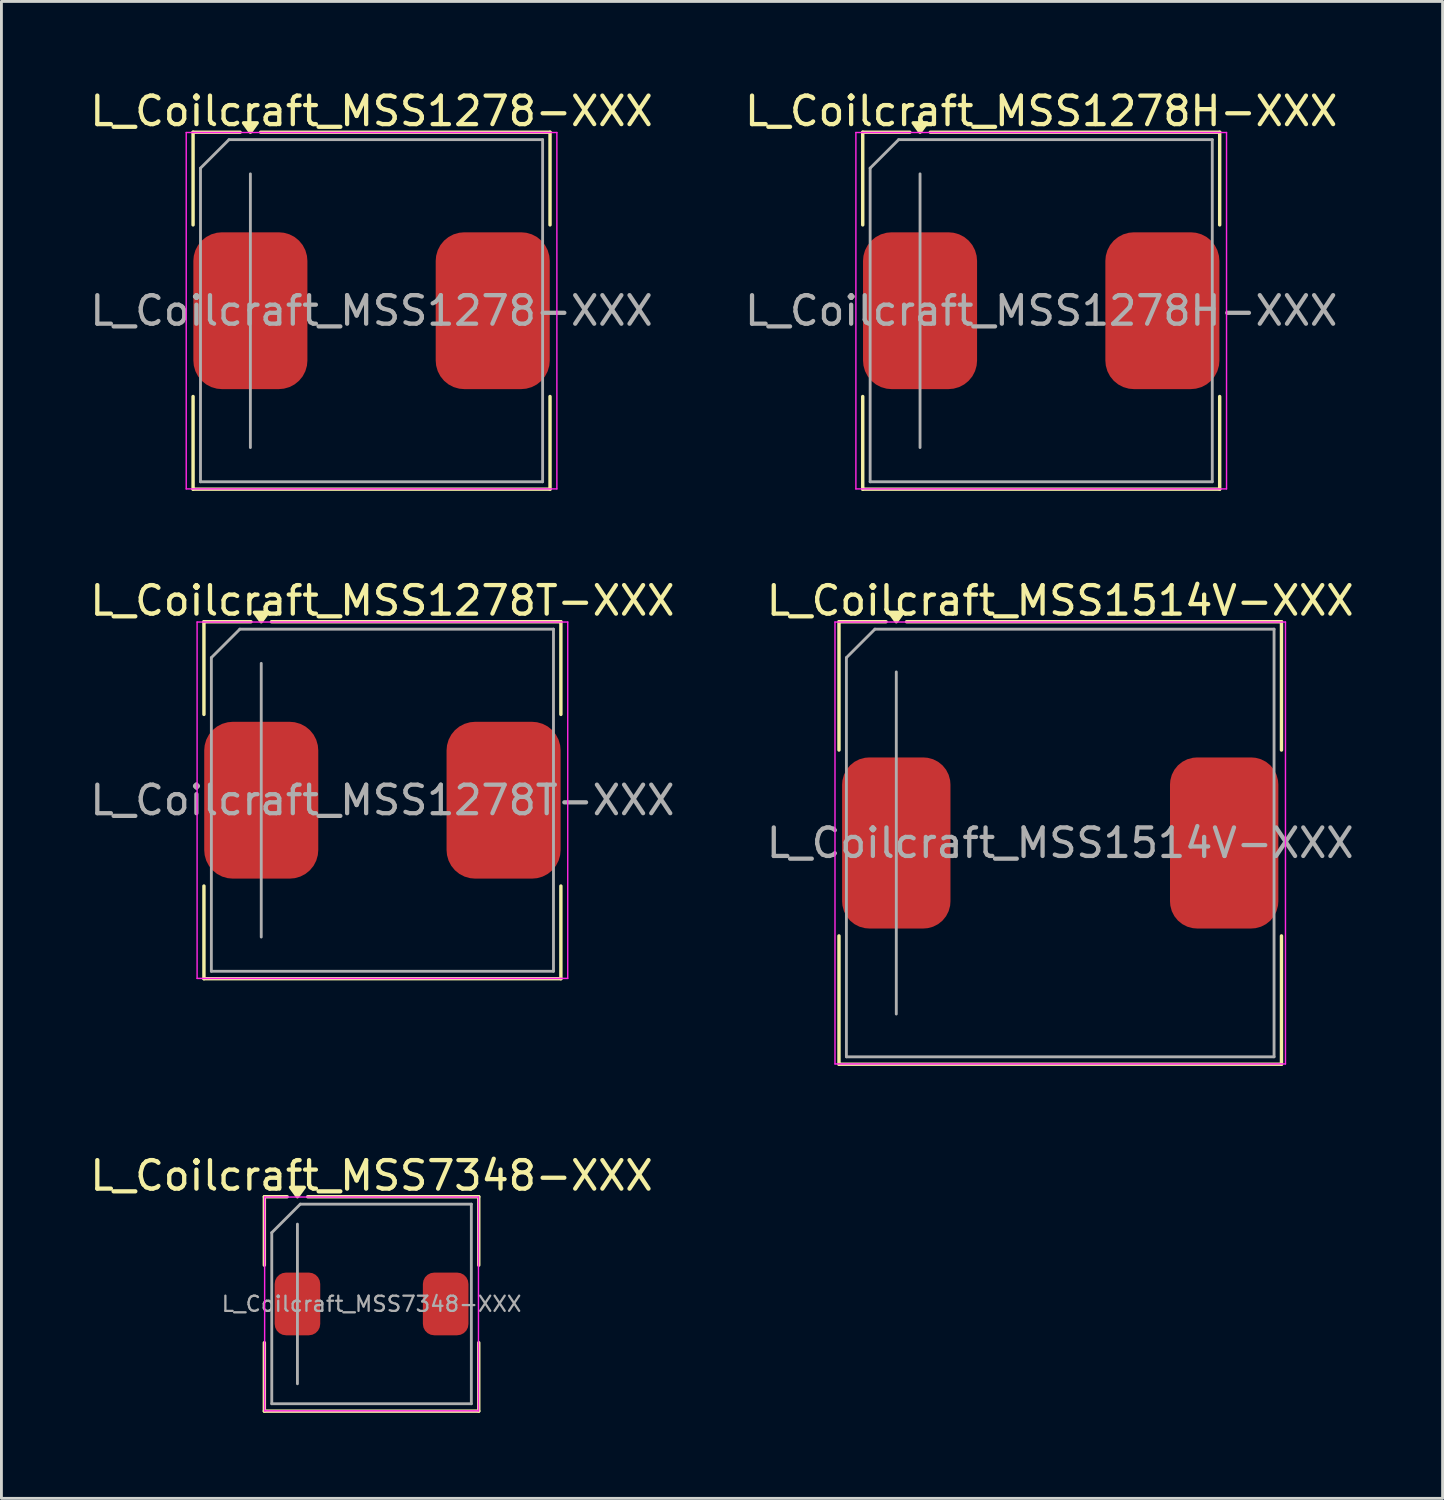
<source format=kicad_pcb>
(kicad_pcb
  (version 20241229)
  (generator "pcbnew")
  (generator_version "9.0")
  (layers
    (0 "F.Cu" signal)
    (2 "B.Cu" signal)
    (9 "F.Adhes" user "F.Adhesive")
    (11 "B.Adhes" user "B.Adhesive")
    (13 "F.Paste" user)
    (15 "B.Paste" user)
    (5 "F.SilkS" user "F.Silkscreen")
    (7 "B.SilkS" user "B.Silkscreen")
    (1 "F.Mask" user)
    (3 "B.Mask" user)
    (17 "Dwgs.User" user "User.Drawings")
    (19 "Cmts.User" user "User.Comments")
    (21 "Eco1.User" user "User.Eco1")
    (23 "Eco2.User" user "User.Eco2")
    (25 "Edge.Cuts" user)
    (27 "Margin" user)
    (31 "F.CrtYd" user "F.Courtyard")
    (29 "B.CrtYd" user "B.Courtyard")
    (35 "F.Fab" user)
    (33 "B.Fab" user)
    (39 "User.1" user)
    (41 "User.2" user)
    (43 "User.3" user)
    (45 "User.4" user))
  (footprint "L_Coilcraft_MSS1278-XXX"
    (layer "F.Cu")
    (at 9.982 7.848)
    (property "Reference" "L_Coilcraft_MSS1278-XXX" (at 0 -7 0) (layer "F.SilkS") (effects (font (size 1 1) (thickness 0.15))))
    (attr smd)
    (fp_line (start -6.26 -6.26) (end -6.26 -3.01) (stroke (width 0.12) (type solid)) (layer "F.SilkS"))
    (fp_line (start -6.26 -6.26) (end -4.61 -6.26) (stroke (width 0.12) (type solid)) (layer "F.SilkS"))
    (fp_line (start -6.26 6.26) (end -6.26 3.01) (stroke (width 0.12) (type solid)) (layer "F.SilkS"))
    (fp_line (start -6.26 6.26) (end 6.26 6.26) (stroke (width 0.12) (type solid)) (layer "F.SilkS"))
    (fp_line (start -3.89 -6.26) (end 6.26 -6.26) (stroke (width 0.12) (type solid)) (layer "F.SilkS"))
    (fp_line (start 6.26 -6.26) (end 6.26 -3.01) (stroke (width 0.12) (type solid)) (layer "F.SilkS"))
    (fp_line (start 6.26 6.26) (end 6.26 3.01) (stroke (width 0.12) (type solid)) (layer "F.SilkS"))
    (fp_poly (pts (xy -4.25 -6.26) (xy -4.49 -6.59) (xy -4.01 -6.59) (xy -4.25 -6.26)) (stroke (width 0.12) (type solid)) (fill yes) (layer "F.SilkS"))
    (fp_line (start -6.5 -6.25) (end -6.5 6.25) (stroke (width 0.05) (type solid)) (layer "F.CrtYd"))
    (fp_line (start -6.5 6.25) (end 6.5 6.25) (stroke (width 0.05) (type solid)) (layer "F.CrtYd"))
    (fp_line (start 6.5 -6.25) (end -6.5 -6.25) (stroke (width 0.05) (type solid)) (layer "F.CrtYd"))
    (fp_line (start 6.5 6.25) (end 6.5 -6.25) (stroke (width 0.05) (type solid)) (layer "F.CrtYd"))
    (fp_line (start -6 -5) (end -5 -6) (stroke (width 0.1) (type solid)) (layer "F.Fab"))
    (fp_line (start -6 6) (end -6 -5) (stroke (width 0.1) (type solid)) (layer "F.Fab"))
    (fp_line (start -5 -6) (end 6 -6) (stroke (width 0.1) (type solid)) (layer "F.Fab"))
    (fp_line (start -4.25 4.8) (end -4.25 -4.8) (stroke (width 0.1) (type solid)) (layer "F.Fab"))
    (fp_line (start 6 -6) (end 6 6) (stroke (width 0.1) (type solid)) (layer "F.Fab"))
    (fp_line (start 6 6) (end -6 6) (stroke (width 0.1) (type solid)) (layer "F.Fab"))
    (fp_text user "${REFERENCE}" (at 0 0 0) (layer "F.Fab") (effects (font (size 1 1) (thickness 0.15))))
    (pad "1" smd roundrect (at -4.25 0) (size 4 5.5) (layers "F.Cu" "F.Mask" "F.Paste") (roundrect_rratio 0.25))
    (pad "2" smd roundrect (at 4.25 0) (size 4 5.5) (layers "F.Cu" "F.Mask" "F.Paste") (roundrect_rratio 0.25)))
  (footprint "L_Coilcraft_MSS1278T-XXX"
    (layer "F.Cu")
    (at 10.363 25.017)
    (property "Reference" "L_Coilcraft_MSS1278T-XXX" (at 0 -7 0) (layer "F.SilkS") (effects (font (size 1 1) (thickness 0.15))))
    (attr smd)
    (fp_line (start -6.26 -6.26) (end -6.26 -3.01) (stroke (width 0.12) (type solid)) (layer "F.SilkS"))
    (fp_line (start -6.26 -6.26) (end -4.61 -6.26) (stroke (width 0.12) (type solid)) (layer "F.SilkS"))
    (fp_line (start -6.26 6.26) (end -6.26 3.01) (stroke (width 0.12) (type solid)) (layer "F.SilkS"))
    (fp_line (start -6.26 6.26) (end 6.26 6.26) (stroke (width 0.12) (type solid)) (layer "F.SilkS"))
    (fp_line (start -3.89 -6.26) (end 6.26 -6.26) (stroke (width 0.12) (type solid)) (layer "F.SilkS"))
    (fp_line (start 6.26 -6.26) (end 6.26 -3.01) (stroke (width 0.12) (type solid)) (layer "F.SilkS"))
    (fp_line (start 6.26 6.26) (end 6.26 3.01) (stroke (width 0.12) (type solid)) (layer "F.SilkS"))
    (fp_poly (pts (xy -4.25 -6.26) (xy -4.49 -6.59) (xy -4.01 -6.59) (xy -4.25 -6.26)) (stroke (width 0.12) (type solid)) (fill yes) (layer "F.SilkS"))
    (fp_line (start -6.5 -6.25) (end -6.5 6.25) (stroke (width 0.05) (type solid)) (layer "F.CrtYd"))
    (fp_line (start -6.5 6.25) (end 6.5 6.25) (stroke (width 0.05) (type solid)) (layer "F.CrtYd"))
    (fp_line (start 6.5 -6.25) (end -6.5 -6.25) (stroke (width 0.05) (type solid)) (layer "F.CrtYd"))
    (fp_line (start 6.5 6.25) (end 6.5 -6.25) (stroke (width 0.05) (type solid)) (layer "F.CrtYd"))
    (fp_line (start -6 -5) (end -5 -6) (stroke (width 0.1) (type solid)) (layer "F.Fab"))
    (fp_line (start -6 6) (end -6 -5) (stroke (width 0.1) (type solid)) (layer "F.Fab"))
    (fp_line (start -5 -6) (end 6 -6) (stroke (width 0.1) (type solid)) (layer "F.Fab"))
    (fp_line (start -4.25 4.8) (end -4.25 -4.8) (stroke (width 0.1) (type solid)) (layer "F.Fab"))
    (fp_line (start 6 -6) (end 6 6) (stroke (width 0.1) (type solid)) (layer "F.Fab"))
    (fp_line (start 6 6) (end -6 6) (stroke (width 0.1) (type solid)) (layer "F.Fab"))
    (fp_text user "${REFERENCE}" (at 0 0 0) (layer "F.Fab") (effects (font (size 1 1) (thickness 0.15))))
    (pad "1" smd roundrect (at -4.25 0) (size 4 5.5) (layers "F.Cu" "F.Mask" "F.Paste") (roundrect_rratio 0.25))
    (pad "2" smd roundrect (at 4.25 0) (size 4 5.5) (layers "F.Cu" "F.Mask" "F.Paste") (roundrect_rratio 0.25)))
  (footprint "L_Coilcraft_MSS7348-XXX"
    (layer "F.Cu")
    (at 9.982 42.685)
    (property "Reference" "L_Coilcraft_MSS7348-XXX" (at 0 -4.5 0) (layer "F.SilkS") (effects (font (size 1 1) (thickness 0.15))))
    (attr smd)
    (fp_line (start -3.76 -3.76) (end -3.76 -1.36) (stroke (width 0.12) (type solid)) (layer "F.SilkS"))
    (fp_line (start -3.76 -3.76) (end -2.96 -3.76) (stroke (width 0.12) (type solid)) (layer "F.SilkS"))
    (fp_line (start -3.76 3.76) (end -3.76 1.36) (stroke (width 0.12) (type solid)) (layer "F.SilkS"))
    (fp_line (start -3.76 3.76) (end 3.76 3.76) (stroke (width 0.12) (type solid)) (layer "F.SilkS"))
    (fp_line (start -2.24 -3.76) (end 3.76 -3.76) (stroke (width 0.12) (type solid)) (layer "F.SilkS"))
    (fp_line (start 3.76 -3.76) (end 3.76 -1.36) (stroke (width 0.12) (type solid)) (layer "F.SilkS"))
    (fp_line (start 3.76 3.76) (end 3.76 1.36) (stroke (width 0.12) (type solid)) (layer "F.SilkS"))
    (fp_poly (pts (xy -2.6 -3.76) (xy -2.84 -4.09) (xy -2.36 -4.09) (xy -2.6 -3.76)) (stroke (width 0.12) (type solid)) (fill yes) (layer "F.SilkS"))
    (fp_line (start -3.75 -3.75) (end -3.75 3.75) (stroke (width 0.05) (type solid)) (layer "F.CrtYd"))
    (fp_line (start -3.75 3.75) (end 3.75 3.75) (stroke (width 0.05) (type solid)) (layer "F.CrtYd"))
    (fp_line (start 3.75 -3.75) (end -3.75 -3.75) (stroke (width 0.05) (type solid)) (layer "F.CrtYd"))
    (fp_line (start 3.75 3.75) (end 3.75 -3.75) (stroke (width 0.05) (type solid)) (layer "F.CrtYd"))
    (fp_line (start -3.5 -2.5) (end -2.5 -3.5) (stroke (width 0.1) (type solid)) (layer "F.Fab"))
    (fp_line (start -3.5 3.5) (end -3.5 -2.5) (stroke (width 0.1) (type solid)) (layer "F.Fab"))
    (fp_line (start -2.6 2.8) (end -2.6 -2.8) (stroke (width 0.1) (type solid)) (layer "F.Fab"))
    (fp_line (start -2.5 -3.5) (end 3.5 -3.5) (stroke (width 0.1) (type solid)) (layer "F.Fab"))
    (fp_line (start 3.5 -3.5) (end 3.5 3.5) (stroke (width 0.1) (type solid)) (layer "F.Fab"))
    (fp_line (start 3.5 3.5) (end -3.5 3.5) (stroke (width 0.1) (type solid)) (layer "F.Fab"))
    (fp_text user "${REFERENCE}" (at 0 0 0) (layer "F.Fab") (effects (font (size 0.533 0.533) (thickness 0.08))))
    (pad "1" smd roundrect (at -2.6 0) (size 1.6 2.2) (layers "F.Cu" "F.Mask" "F.Paste") (roundrect_rratio 0.25))
    (pad "2" smd roundrect (at 2.6 0) (size 1.6 2.2) (layers "F.Cu" "F.Mask" "F.Paste") (roundrect_rratio 0.25)))
  (footprint "L_Coilcraft_MSS1514V-XXX"
    (layer "F.Cu")
    (at 34.137 26.517)
    (property "Reference" "L_Coilcraft_MSS1514V-XXX" (at 0 -8.5 0) (layer "F.SilkS") (effects (font (size 1 1) (thickness 0.15))))
    (attr smd)
    (fp_line (start -7.76 -7.76) (end -7.76 -3.26) (stroke (width 0.12) (type solid)) (layer "F.SilkS"))
    (fp_line (start -7.76 -7.76) (end -6.11 -7.76) (stroke (width 0.12) (type solid)) (layer "F.SilkS"))
    (fp_line (start -7.76 7.76) (end -7.76 3.26) (stroke (width 0.12) (type solid)) (layer "F.SilkS"))
    (fp_line (start -7.76 7.76) (end 7.76 7.76) (stroke (width 0.12) (type solid)) (layer "F.SilkS"))
    (fp_line (start -5.39 -7.76) (end 7.76 -7.76) (stroke (width 0.12) (type solid)) (layer "F.SilkS"))
    (fp_line (start 7.76 -7.76) (end 7.76 -3.26) (stroke (width 0.12) (type solid)) (layer "F.SilkS"))
    (fp_line (start 7.76 7.76) (end 7.76 3.26) (stroke (width 0.12) (type solid)) (layer "F.SilkS"))
    (fp_poly (pts (xy -5.75 -7.76) (xy -5.99 -8.09) (xy -5.51 -8.09) (xy -5.75 -7.76)) (stroke (width 0.12) (type solid)) (fill yes) (layer "F.SilkS"))
    (fp_line (start -7.9 -7.75) (end -7.9 7.75) (stroke (width 0.05) (type solid)) (layer "F.CrtYd"))
    (fp_line (start -7.9 7.75) (end 7.9 7.75) (stroke (width 0.05) (type solid)) (layer "F.CrtYd"))
    (fp_line (start 7.9 -7.75) (end -7.9 -7.75) (stroke (width 0.05) (type solid)) (layer "F.CrtYd"))
    (fp_line (start 7.9 7.75) (end 7.9 -7.75) (stroke (width 0.05) (type solid)) (layer "F.CrtYd"))
    (fp_line (start -7.5 -6.5) (end -6.5 -7.5) (stroke (width 0.1) (type solid)) (layer "F.Fab"))
    (fp_line (start -7.5 7.5) (end -7.5 -6.5) (stroke (width 0.1) (type solid)) (layer "F.Fab"))
    (fp_line (start -6.5 -7.5) (end 7.5 -7.5) (stroke (width 0.1) (type solid)) (layer "F.Fab"))
    (fp_line (start -5.75 6) (end -5.75 -6) (stroke (width 0.1) (type solid)) (layer "F.Fab"))
    (fp_line (start 7.5 -7.5) (end 7.5 7.5) (stroke (width 0.1) (type solid)) (layer "F.Fab"))
    (fp_line (start 7.5 7.5) (end -7.5 7.5) (stroke (width 0.1) (type solid)) (layer "F.Fab"))
    (fp_text user "${REFERENCE}" (at 0 0 0) (layer "F.Fab") (effects (font (size 1 1) (thickness 0.15))))
    (pad "1" smd roundrect (at -5.75 0) (size 3.8 6) (layers "F.Cu" "F.Mask" "F.Paste") (roundrect_rratio 0.25))
    (pad "2" smd roundrect (at 5.75 0) (size 3.8 6) (layers "F.Cu" "F.Mask" "F.Paste") (roundrect_rratio 0.25)))
  (footprint "L_Coilcraft_MSS1278H-XXX"
    (layer "F.Cu")
    (at 33.47 7.848)
    (property "Reference" "L_Coilcraft_MSS1278H-XXX" (at 0 -7 0) (layer "F.SilkS") (effects (font (size 1 1) (thickness 0.15))))
    (attr smd)
    (fp_line (start -6.26 -6.26) (end -6.26 -3.01) (stroke (width 0.12) (type solid)) (layer "F.SilkS"))
    (fp_line (start -6.26 -6.26) (end -4.61 -6.26) (stroke (width 0.12) (type solid)) (layer "F.SilkS"))
    (fp_line (start -6.26 6.26) (end -6.26 3.01) (stroke (width 0.12) (type solid)) (layer "F.SilkS"))
    (fp_line (start -6.26 6.26) (end 6.26 6.26) (stroke (width 0.12) (type solid)) (layer "F.SilkS"))
    (fp_line (start -3.89 -6.26) (end 6.26 -6.26) (stroke (width 0.12) (type solid)) (layer "F.SilkS"))
    (fp_line (start 6.26 -6.26) (end 6.26 -3.01) (stroke (width 0.12) (type solid)) (layer "F.SilkS"))
    (fp_line (start 6.26 6.26) (end 6.26 3.01) (stroke (width 0.12) (type solid)) (layer "F.SilkS"))
    (fp_poly (pts (xy -4.25 -6.26) (xy -4.49 -6.59) (xy -4.01 -6.59) (xy -4.25 -6.26)) (stroke (width 0.12) (type solid)) (fill yes) (layer "F.SilkS"))
    (fp_line (start -6.5 -6.25) (end -6.5 6.25) (stroke (width 0.05) (type solid)) (layer "F.CrtYd"))
    (fp_line (start -6.5 6.25) (end 6.5 6.25) (stroke (width 0.05) (type solid)) (layer "F.CrtYd"))
    (fp_line (start 6.5 -6.25) (end -6.5 -6.25) (stroke (width 0.05) (type solid)) (layer "F.CrtYd"))
    (fp_line (start 6.5 6.25) (end 6.5 -6.25) (stroke (width 0.05) (type solid)) (layer "F.CrtYd"))
    (fp_line (start -6 -5) (end -5 -6) (stroke (width 0.1) (type solid)) (layer "F.Fab"))
    (fp_line (start -6 6) (end -6 -5) (stroke (width 0.1) (type solid)) (layer "F.Fab"))
    (fp_line (start -5 -6) (end 6 -6) (stroke (width 0.1) (type solid)) (layer "F.Fab"))
    (fp_line (start -4.25 4.8) (end -4.25 -4.8) (stroke (width 0.1) (type solid)) (layer "F.Fab"))
    (fp_line (start 6 -6) (end 6 6) (stroke (width 0.1) (type solid)) (layer "F.Fab"))
    (fp_line (start 6 6) (end -6 6) (stroke (width 0.1) (type solid)) (layer "F.Fab"))
    (fp_text user "${REFERENCE}" (at 0 0 0) (layer "F.Fab") (effects (font (size 1 1) (thickness 0.15))))
    (pad "1" smd roundrect (at -4.25 0) (size 4 5.5) (layers "F.Cu" "F.Mask" "F.Paste") (roundrect_rratio 0.25))
    (pad "2" smd roundrect (at 4.25 0) (size 4 5.5) (layers "F.Cu" "F.Mask" "F.Paste") (roundrect_rratio 0.25)))
  (gr_rect
    (start -3 -3)
    (end 47.548 49.505)
    (stroke (width 0.1) (type default))
    (fill no)
    (layer "Edge.Cuts")))
</source>
